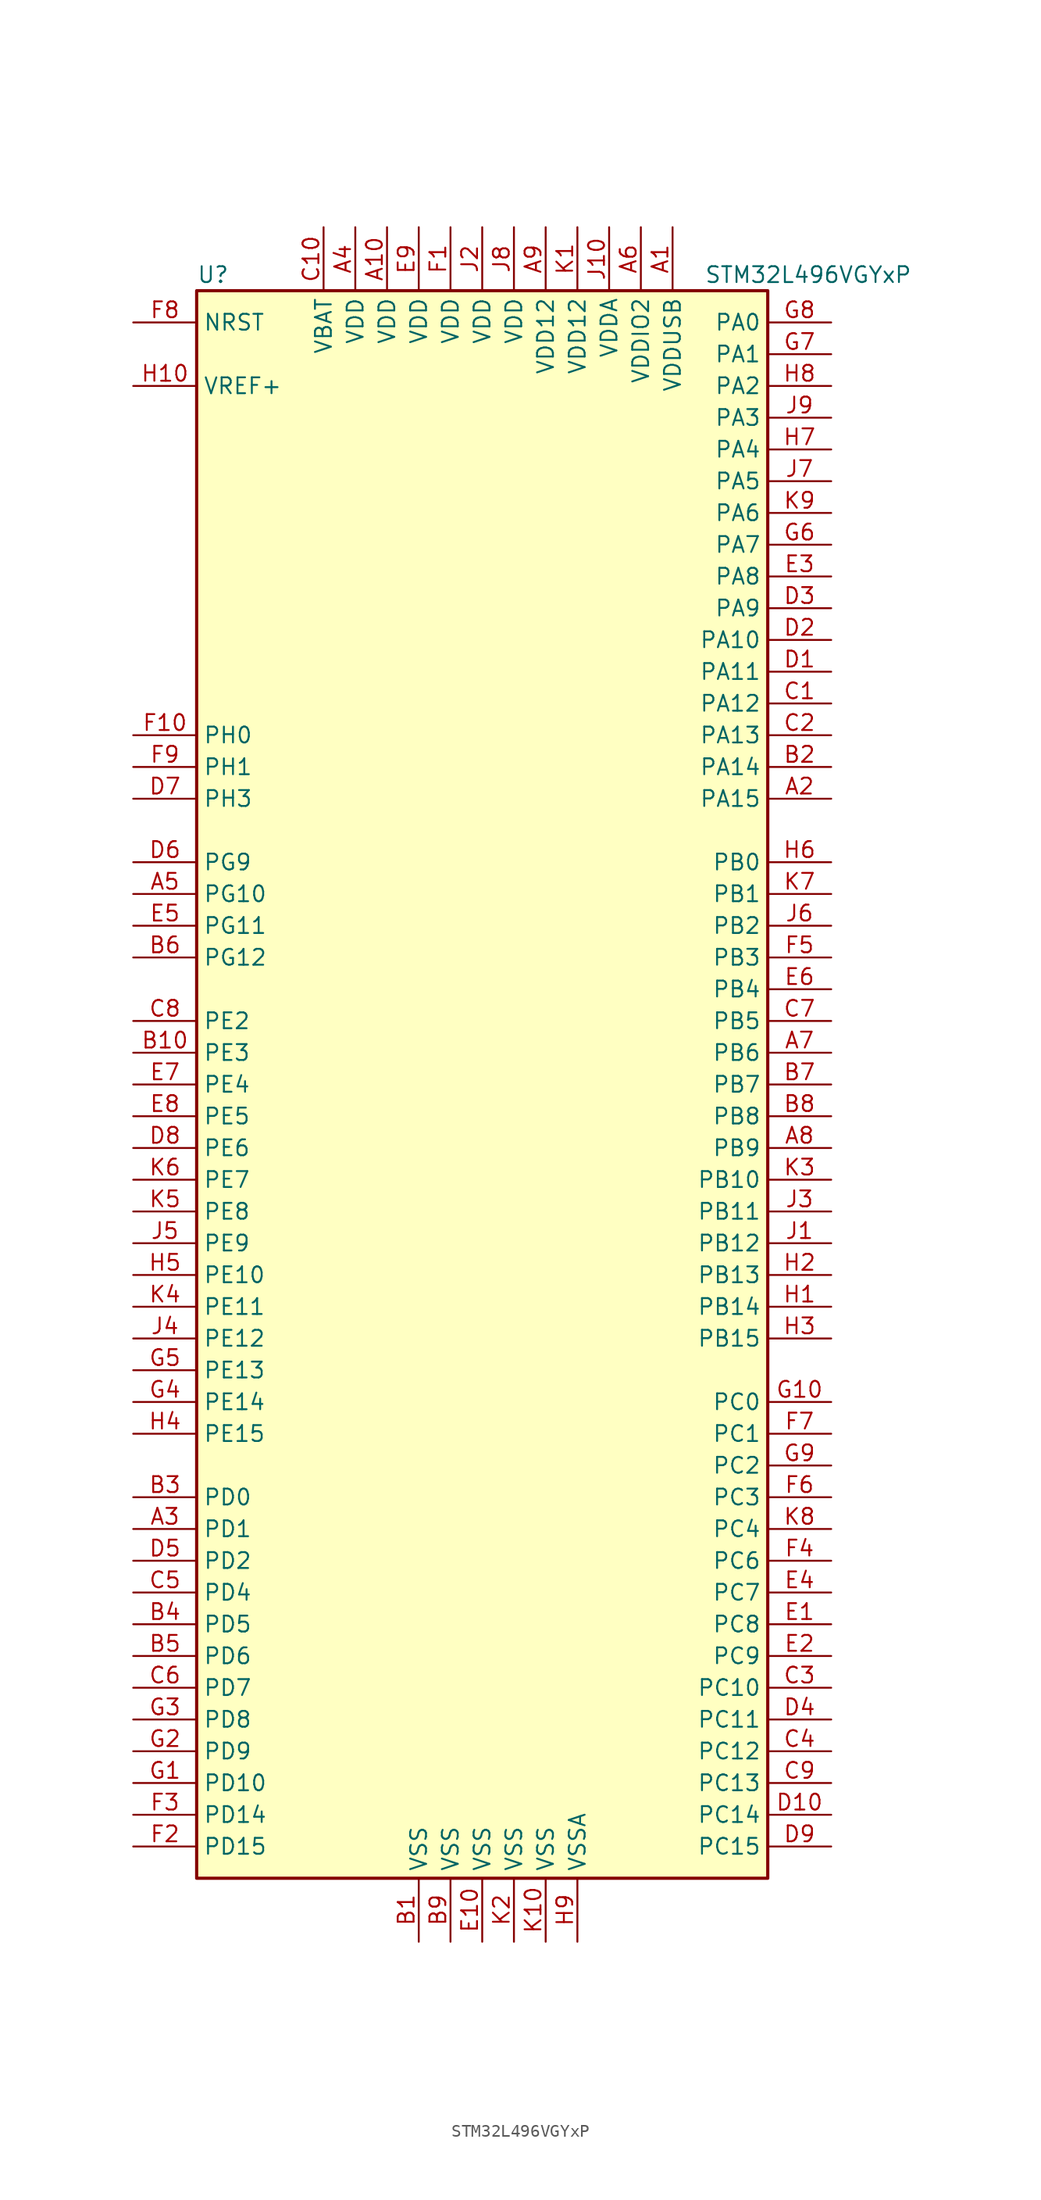
<source format=kicad_sym>
(kicad_symbol_lib
  (version 20201005)
  (generator kicad_symbol_editor)
  (symbol "MCU_ST_STM32L4:STM32L496VGYxP"
    (property "Reference" "U"
      (at -22.86 64.77 0)
      (effects (font (size 1.27 1.27)) (justify left)))
    (property "Value" "STM32L496VGYxP"
      (at 17.78 64.77 0)
      (effects (font (size 1.27 1.27)) (justify left)))
    (symbol "STM32L496VGYxP_0_1"
      (rectangle (start -22.86 -63.5) (end 22.86 63.5) (stroke (width 0.254)) (fill (type background))))
    (symbol "STM32L496VGYxP_1_1"
      (pin power_in line (at 15.24 68.58 270) (length 5.08) (name "VDDUSB" (effects (font (size 1.27 1.27)))) (number "A1" (effects (font (size 1.27 1.27)))))
      (pin power_in line (at -7.62 68.58 270) (length 5.08) (name "VDD" (effects (font (size 1.27 1.27)))) (number "A10" (effects (font (size 1.27 1.27)))))
      (pin bidirectional line (at 27.94 22.86 180) (length 5.08) (name "PA15" (effects (font (size 1.27 1.27)))) (number "A2" (effects (font (size 1.27 1.27)))))
      (pin bidirectional line (at -27.94 -35.56 0) (length 5.08) (name "PD1" (effects (font (size 1.27 1.27)))) (number "A3" (effects (font (size 1.27 1.27)))))
      (pin power_in line (at -10.16 68.58 270) (length 5.08) (name "VDD" (effects (font (size 1.27 1.27)))) (number "A4" (effects (font (size 1.27 1.27)))))
      (pin bidirectional line (at -27.94 15.24 0) (length 5.08) (name "PG10" (effects (font (size 1.27 1.27)))) (number "A5" (effects (font (size 1.27 1.27)))))
      (pin power_in line (at 12.7 68.58 270) (length 5.08) (name "VDDIO2" (effects (font (size 1.27 1.27)))) (number "A6" (effects (font (size 1.27 1.27)))))
      (pin bidirectional line (at 27.94 2.54 180) (length 5.08) (name "PB6" (effects (font (size 1.27 1.27)))) (number "A7" (effects (font (size 1.27 1.27)))))
      (pin bidirectional line (at 27.94 -5.08 180) (length 5.08) (name "PB9" (effects (font (size 1.27 1.27)))) (number "A8" (effects (font (size 1.27 1.27)))))
      (pin power_in line (at 5.08 68.58 270) (length 5.08) (name "VDD12" (effects (font (size 1.27 1.27)))) (number "A9" (effects (font (size 1.27 1.27)))))
      (pin power_in line (at -5.08 -68.58 90) (length 5.08) (name "VSS" (effects (font (size 1.27 1.27)))) (number "B1" (effects (font (size 1.27 1.27)))))
      (pin bidirectional line (at -27.94 2.54 0) (length 5.08) (name "PE3" (effects (font (size 1.27 1.27)))) (number "B10" (effects (font (size 1.27 1.27)))))
      (pin bidirectional line (at 27.94 25.4 180) (length 5.08) (name "PA14" (effects (font (size 1.27 1.27)))) (number "B2" (effects (font (size 1.27 1.27)))))
      (pin bidirectional line (at -27.94 -33.02 0) (length 5.08) (name "PD0" (effects (font (size 1.27 1.27)))) (number "B3" (effects (font (size 1.27 1.27)))))
      (pin bidirectional line (at -27.94 -43.18 0) (length 5.08) (name "PD5" (effects (font (size 1.27 1.27)))) (number "B4" (effects (font (size 1.27 1.27)))))
      (pin bidirectional line (at -27.94 -45.72 0) (length 5.08) (name "PD6" (effects (font (size 1.27 1.27)))) (number "B5" (effects (font (size 1.27 1.27)))))
      (pin bidirectional line (at -27.94 10.16 0) (length 5.08) (name "PG12" (effects (font (size 1.27 1.27)))) (number "B6" (effects (font (size 1.27 1.27)))))
      (pin bidirectional line (at 27.94 0 180) (length 5.08) (name "PB7" (effects (font (size 1.27 1.27)))) (number "B7" (effects (font (size 1.27 1.27)))))
      (pin bidirectional line (at 27.94 -2.54 180) (length 5.08) (name "PB8" (effects (font (size 1.27 1.27)))) (number "B8" (effects (font (size 1.27 1.27)))))
      (pin power_in line (at -2.54 -68.58 90) (length 5.08) (name "VSS" (effects (font (size 1.27 1.27)))) (number "B9" (effects (font (size 1.27 1.27)))))
      (pin bidirectional line (at 27.94 30.48 180) (length 5.08) (name "PA12" (effects (font (size 1.27 1.27)))) (number "C1" (effects (font (size 1.27 1.27)))))
      (pin power_in line (at -12.7 68.58 270) (length 5.08) (name "VBAT" (effects (font (size 1.27 1.27)))) (number "C10" (effects (font (size 1.27 1.27)))))
      (pin bidirectional line (at 27.94 27.94 180) (length 5.08) (name "PA13" (effects (font (size 1.27 1.27)))) (number "C2" (effects (font (size 1.27 1.27)))))
      (pin bidirectional line (at 27.94 -48.26 180) (length 5.08) (name "PC10" (effects (font (size 1.27 1.27)))) (number "C3" (effects (font (size 1.27 1.27)))))
      (pin bidirectional line (at 27.94 -53.34 180) (length 5.08) (name "PC12" (effects (font (size 1.27 1.27)))) (number "C4" (effects (font (size 1.27 1.27)))))
      (pin bidirectional line (at -27.94 -40.64 0) (length 5.08) (name "PD4" (effects (font (size 1.27 1.27)))) (number "C5" (effects (font (size 1.27 1.27)))))
      (pin bidirectional line (at -27.94 -48.26 0) (length 5.08) (name "PD7" (effects (font (size 1.27 1.27)))) (number "C6" (effects (font (size 1.27 1.27)))))
      (pin bidirectional line (at 27.94 5.08 180) (length 5.08) (name "PB5" (effects (font (size 1.27 1.27)))) (number "C7" (effects (font (size 1.27 1.27)))))
      (pin bidirectional line (at -27.94 5.08 0) (length 5.08) (name "PE2" (effects (font (size 1.27 1.27)))) (number "C8" (effects (font (size 1.27 1.27)))))
      (pin bidirectional line (at 27.94 -55.88 180) (length 5.08) (name "PC13" (effects (font (size 1.27 1.27)))) (number "C9" (effects (font (size 1.27 1.27)))))
      (pin bidirectional line (at 27.94 33.02 180) (length 5.08) (name "PA11" (effects (font (size 1.27 1.27)))) (number "D1" (effects (font (size 1.27 1.27)))))
      (pin bidirectional line (at 27.94 -58.42 180) (length 5.08) (name "PC14" (effects (font (size 1.27 1.27)))) (number "D10" (effects (font (size 1.27 1.27)))))
      (pin bidirectional line (at 27.94 35.56 180) (length 5.08) (name "PA10" (effects (font (size 1.27 1.27)))) (number "D2" (effects (font (size 1.27 1.27)))))
      (pin bidirectional line (at 27.94 38.1 180) (length 5.08) (name "PA9" (effects (font (size 1.27 1.27)))) (number "D3" (effects (font (size 1.27 1.27)))))
      (pin bidirectional line (at 27.94 -50.8 180) (length 5.08) (name "PC11" (effects (font (size 1.27 1.27)))) (number "D4" (effects (font (size 1.27 1.27)))))
      (pin bidirectional line (at -27.94 -38.1 0) (length 5.08) (name "PD2" (effects (font (size 1.27 1.27)))) (number "D5" (effects (font (size 1.27 1.27)))))
      (pin bidirectional line (at -27.94 17.78 0) (length 5.08) (name "PG9" (effects (font (size 1.27 1.27)))) (number "D6" (effects (font (size 1.27 1.27)))))
      (pin bidirectional line (at -27.94 22.86 0) (length 5.08) (name "PH3" (effects (font (size 1.27 1.27)))) (number "D7" (effects (font (size 1.27 1.27)))))
      (pin bidirectional line (at -27.94 -5.08 0) (length 5.08) (name "PE6" (effects (font (size 1.27 1.27)))) (number "D8" (effects (font (size 1.27 1.27)))))
      (pin bidirectional line (at 27.94 -60.96 180) (length 5.08) (name "PC15" (effects (font (size 1.27 1.27)))) (number "D9" (effects (font (size 1.27 1.27)))))
      (pin bidirectional line (at 27.94 -43.18 180) (length 5.08) (name "PC8" (effects (font (size 1.27 1.27)))) (number "E1" (effects (font (size 1.27 1.27)))))
      (pin power_in line (at 0 -68.58 90) (length 5.08) (name "VSS" (effects (font (size 1.27 1.27)))) (number "E10" (effects (font (size 1.27 1.27)))))
      (pin bidirectional line (at 27.94 -45.72 180) (length 5.08) (name "PC9" (effects (font (size 1.27 1.27)))) (number "E2" (effects (font (size 1.27 1.27)))))
      (pin bidirectional line (at 27.94 40.64 180) (length 5.08) (name "PA8" (effects (font (size 1.27 1.27)))) (number "E3" (effects (font (size 1.27 1.27)))))
      (pin bidirectional line (at 27.94 -40.64 180) (length 5.08) (name "PC7" (effects (font (size 1.27 1.27)))) (number "E4" (effects (font (size 1.27 1.27)))))
      (pin bidirectional line (at -27.94 12.7 0) (length 5.08) (name "PG11" (effects (font (size 1.27 1.27)))) (number "E5" (effects (font (size 1.27 1.27)))))
      (pin bidirectional line (at 27.94 7.62 180) (length 5.08) (name "PB4" (effects (font (size 1.27 1.27)))) (number "E6" (effects (font (size 1.27 1.27)))))
      (pin bidirectional line (at -27.94 0 0) (length 5.08) (name "PE4" (effects (font (size 1.27 1.27)))) (number "E7" (effects (font (size 1.27 1.27)))))
      (pin bidirectional line (at -27.94 -2.54 0) (length 5.08) (name "PE5" (effects (font (size 1.27 1.27)))) (number "E8" (effects (font (size 1.27 1.27)))))
      (pin power_in line (at -5.08 68.58 270) (length 5.08) (name "VDD" (effects (font (size 1.27 1.27)))) (number "E9" (effects (font (size 1.27 1.27)))))
      (pin power_in line (at -2.54 68.58 270) (length 5.08) (name "VDD" (effects (font (size 1.27 1.27)))) (number "F1" (effects (font (size 1.27 1.27)))))
      (pin input line (at -27.94 27.94 0) (length 5.08) (name "PH0" (effects (font (size 1.27 1.27)))) (number "F10" (effects (font (size 1.27 1.27)))))
      (pin bidirectional line (at -27.94 -60.96 0) (length 5.08) (name "PD15" (effects (font (size 1.27 1.27)))) (number "F2" (effects (font (size 1.27 1.27)))))
      (pin bidirectional line (at -27.94 -58.42 0) (length 5.08) (name "PD14" (effects (font (size 1.27 1.27)))) (number "F3" (effects (font (size 1.27 1.27)))))
      (pin bidirectional line (at 27.94 -38.1 180) (length 5.08) (name "PC6" (effects (font (size 1.27 1.27)))) (number "F4" (effects (font (size 1.27 1.27)))))
      (pin bidirectional line (at 27.94 10.16 180) (length 5.08) (name "PB3" (effects (font (size 1.27 1.27)))) (number "F5" (effects (font (size 1.27 1.27)))))
      (pin bidirectional line (at 27.94 -33.02 180) (length 5.08) (name "PC3" (effects (font (size 1.27 1.27)))) (number "F6" (effects (font (size 1.27 1.27)))))
      (pin bidirectional line (at 27.94 -27.94 180) (length 5.08) (name "PC1" (effects (font (size 1.27 1.27)))) (number "F7" (effects (font (size 1.27 1.27)))))
      (pin input line (at -27.94 60.96 0) (length 5.08) (name "NRST" (effects (font (size 1.27 1.27)))) (number "F8" (effects (font (size 1.27 1.27)))))
      (pin input line (at -27.94 25.4 0) (length 5.08) (name "PH1" (effects (font (size 1.27 1.27)))) (number "F9" (effects (font (size 1.27 1.27)))))
      (pin bidirectional line (at -27.94 -55.88 0) (length 5.08) (name "PD10" (effects (font (size 1.27 1.27)))) (number "G1" (effects (font (size 1.27 1.27)))))
      (pin bidirectional line (at 27.94 -25.4 180) (length 5.08) (name "PC0" (effects (font (size 1.27 1.27)))) (number "G10" (effects (font (size 1.27 1.27)))))
      (pin bidirectional line (at -27.94 -53.34 0) (length 5.08) (name "PD9" (effects (font (size 1.27 1.27)))) (number "G2" (effects (font (size 1.27 1.27)))))
      (pin bidirectional line (at -27.94 -50.8 0) (length 5.08) (name "PD8" (effects (font (size 1.27 1.27)))) (number "G3" (effects (font (size 1.27 1.27)))))
      (pin bidirectional line (at -27.94 -25.4 0) (length 5.08) (name "PE14" (effects (font (size 1.27 1.27)))) (number "G4" (effects (font (size 1.27 1.27)))))
      (pin bidirectional line (at -27.94 -22.86 0) (length 5.08) (name "PE13" (effects (font (size 1.27 1.27)))) (number "G5" (effects (font (size 1.27 1.27)))))
      (pin bidirectional line (at 27.94 43.18 180) (length 5.08) (name "PA7" (effects (font (size 1.27 1.27)))) (number "G6" (effects (font (size 1.27 1.27)))))
      (pin bidirectional line (at 27.94 58.42 180) (length 5.08) (name "PA1" (effects (font (size 1.27 1.27)))) (number "G7" (effects (font (size 1.27 1.27)))))
      (pin bidirectional line (at 27.94 60.96 180) (length 5.08) (name "PA0" (effects (font (size 1.27 1.27)))) (number "G8" (effects (font (size 1.27 1.27)))))
      (pin bidirectional line (at 27.94 -30.48 180) (length 5.08) (name "PC2" (effects (font (size 1.27 1.27)))) (number "G9" (effects (font (size 1.27 1.27)))))
      (pin bidirectional line (at 27.94 -17.78 180) (length 5.08) (name "PB14" (effects (font (size 1.27 1.27)))) (number "H1" (effects (font (size 1.27 1.27)))))
      (pin bidirectional line (at -27.94 55.88 0) (length 5.08) (name "VREF+" (effects (font (size 1.27 1.27)))) (number "H10" (effects (font (size 1.27 1.27)))))
      (pin bidirectional line (at 27.94 -15.24 180) (length 5.08) (name "PB13" (effects (font (size 1.27 1.27)))) (number "H2" (effects (font (size 1.27 1.27)))))
      (pin bidirectional line (at 27.94 -20.32 180) (length 5.08) (name "PB15" (effects (font (size 1.27 1.27)))) (number "H3" (effects (font (size 1.27 1.27)))))
      (pin bidirectional line (at -27.94 -27.94 0) (length 5.08) (name "PE15" (effects (font (size 1.27 1.27)))) (number "H4" (effects (font (size 1.27 1.27)))))
      (pin bidirectional line (at -27.94 -15.24 0) (length 5.08) (name "PE10" (effects (font (size 1.27 1.27)))) (number "H5" (effects (font (size 1.27 1.27)))))
      (pin bidirectional line (at 27.94 17.78 180) (length 5.08) (name "PB0" (effects (font (size 1.27 1.27)))) (number "H6" (effects (font (size 1.27 1.27)))))
      (pin bidirectional line (at 27.94 50.8 180) (length 5.08) (name "PA4" (effects (font (size 1.27 1.27)))) (number "H7" (effects (font (size 1.27 1.27)))))
      (pin bidirectional line (at 27.94 55.88 180) (length 5.08) (name "PA2" (effects (font (size 1.27 1.27)))) (number "H8" (effects (font (size 1.27 1.27)))))
      (pin power_in line (at 7.62 -68.58 90) (length 5.08) (name "VSSA" (effects (font (size 1.27 1.27)))) (number "H9" (effects (font (size 1.27 1.27)))))
      (pin bidirectional line (at 27.94 -12.7 180) (length 5.08) (name "PB12" (effects (font (size 1.27 1.27)))) (number "J1" (effects (font (size 1.27 1.27)))))
      (pin power_in line (at 10.16 68.58 270) (length 5.08) (name "VDDA" (effects (font (size 1.27 1.27)))) (number "J10" (effects (font (size 1.27 1.27)))))
      (pin power_in line (at 0 68.58 270) (length 5.08) (name "VDD" (effects (font (size 1.27 1.27)))) (number "J2" (effects (font (size 1.27 1.27)))))
      (pin bidirectional line (at 27.94 -10.16 180) (length 5.08) (name "PB11" (effects (font (size 1.27 1.27)))) (number "J3" (effects (font (size 1.27 1.27)))))
      (pin bidirectional line (at -27.94 -20.32 0) (length 5.08) (name "PE12" (effects (font (size 1.27 1.27)))) (number "J4" (effects (font (size 1.27 1.27)))))
      (pin bidirectional line (at -27.94 -12.7 0) (length 5.08) (name "PE9" (effects (font (size 1.27 1.27)))) (number "J5" (effects (font (size 1.27 1.27)))))
      (pin bidirectional line (at 27.94 12.7 180) (length 5.08) (name "PB2" (effects (font (size 1.27 1.27)))) (number "J6" (effects (font (size 1.27 1.27)))))
      (pin bidirectional line (at 27.94 48.26 180) (length 5.08) (name "PA5" (effects (font (size 1.27 1.27)))) (number "J7" (effects (font (size 1.27 1.27)))))
      (pin power_in line (at 2.54 68.58 270) (length 5.08) (name "VDD" (effects (font (size 1.27 1.27)))) (number "J8" (effects (font (size 1.27 1.27)))))
      (pin bidirectional line (at 27.94 53.34 180) (length 5.08) (name "PA3" (effects (font (size 1.27 1.27)))) (number "J9" (effects (font (size 1.27 1.27)))))
      (pin power_in line (at 7.62 68.58 270) (length 5.08) (name "VDD12" (effects (font (size 1.27 1.27)))) (number "K1" (effects (font (size 1.27 1.27)))))
      (pin power_in line (at 5.08 -68.58 90) (length 5.08) (name "VSS" (effects (font (size 1.27 1.27)))) (number "K10" (effects (font (size 1.27 1.27)))))
      (pin power_in line (at 2.54 -68.58 90) (length 5.08) (name "VSS" (effects (font (size 1.27 1.27)))) (number "K2" (effects (font (size 1.27 1.27)))))
      (pin bidirectional line (at 27.94 -7.62 180) (length 5.08) (name "PB10" (effects (font (size 1.27 1.27)))) (number "K3" (effects (font (size 1.27 1.27)))))
      (pin bidirectional line (at -27.94 -17.78 0) (length 5.08) (name "PE11" (effects (font (size 1.27 1.27)))) (number "K4" (effects (font (size 1.27 1.27)))))
      (pin bidirectional line (at -27.94 -10.16 0) (length 5.08) (name "PE8" (effects (font (size 1.27 1.27)))) (number "K5" (effects (font (size 1.27 1.27)))))
      (pin bidirectional line (at -27.94 -7.62 0) (length 5.08) (name "PE7" (effects (font (size 1.27 1.27)))) (number "K6" (effects (font (size 1.27 1.27)))))
      (pin bidirectional line (at 27.94 15.24 180) (length 5.08) (name "PB1" (effects (font (size 1.27 1.27)))) (number "K7" (effects (font (size 1.27 1.27)))))
      (pin bidirectional line (at 27.94 -35.56 180) (length 5.08) (name "PC4" (effects (font (size 1.27 1.27)))) (number "K8" (effects (font (size 1.27 1.27)))))
      (pin bidirectional line (at 27.94 45.72 180) (length 5.08) (name "PA6" (effects (font (size 1.27 1.27)))) (number "K9" (effects (font (size 1.27 1.27))))))))
</source>
